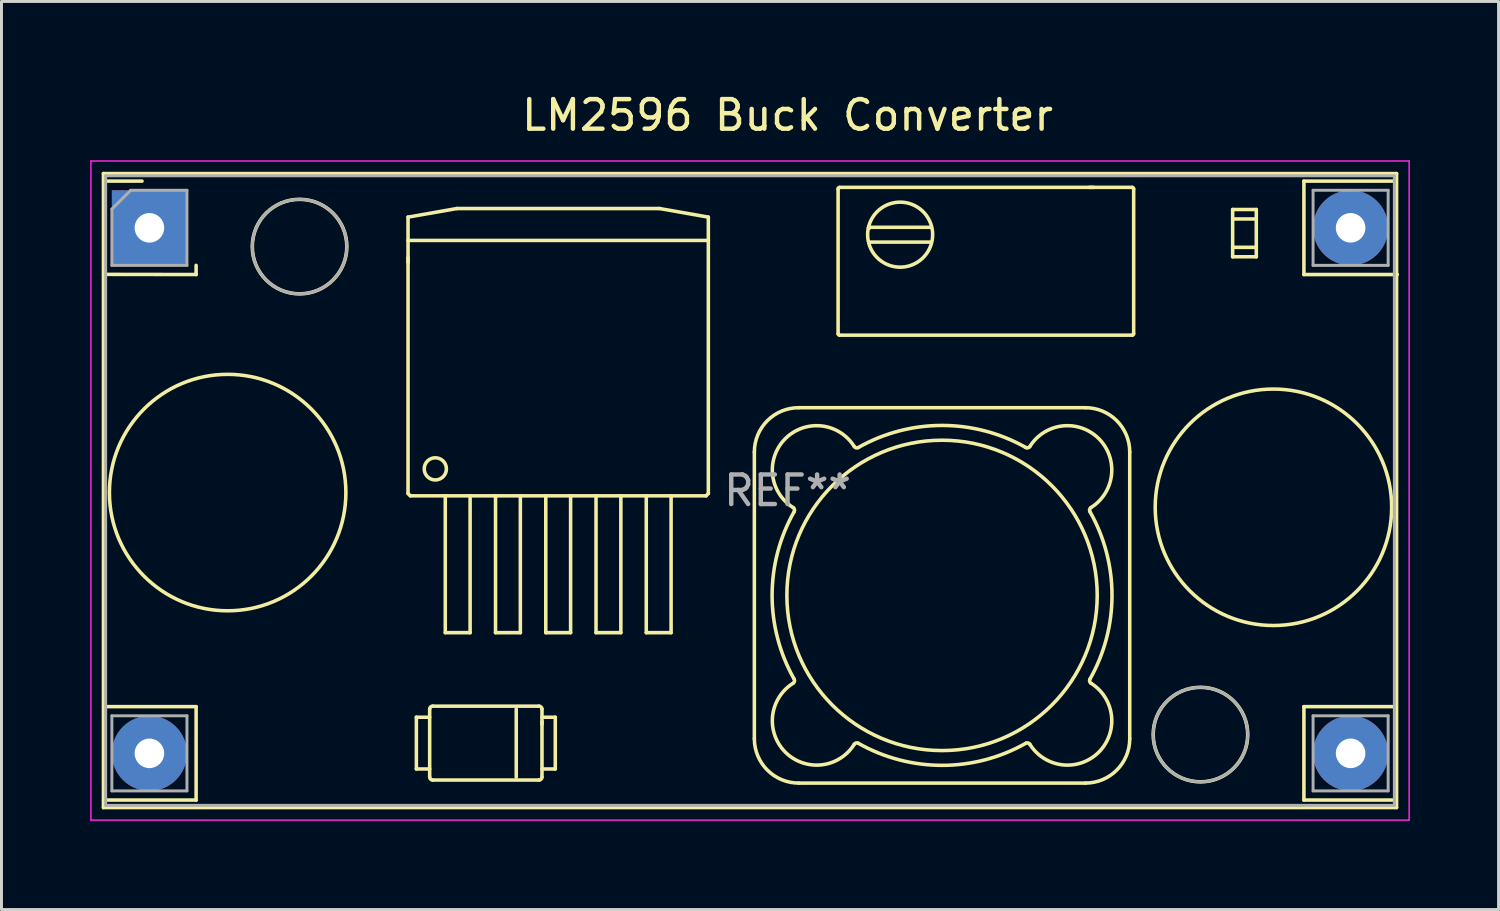
<source format=kicad_pcb>
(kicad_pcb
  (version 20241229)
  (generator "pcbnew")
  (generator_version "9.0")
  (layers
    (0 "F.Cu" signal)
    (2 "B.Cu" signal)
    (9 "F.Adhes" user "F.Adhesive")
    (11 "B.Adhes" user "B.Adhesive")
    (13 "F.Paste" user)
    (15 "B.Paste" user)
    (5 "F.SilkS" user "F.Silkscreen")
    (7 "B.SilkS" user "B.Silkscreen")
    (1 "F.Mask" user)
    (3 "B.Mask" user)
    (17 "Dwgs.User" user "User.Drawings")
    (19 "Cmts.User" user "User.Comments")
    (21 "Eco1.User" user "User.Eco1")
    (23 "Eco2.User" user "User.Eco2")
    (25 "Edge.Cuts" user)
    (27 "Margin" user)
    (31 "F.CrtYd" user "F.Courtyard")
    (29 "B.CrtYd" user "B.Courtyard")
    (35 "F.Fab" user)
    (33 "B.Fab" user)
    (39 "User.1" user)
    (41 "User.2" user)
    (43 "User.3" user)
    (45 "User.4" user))
  (footprint "LM2596 Buck Converter"
    (layer "F.Cu")
    (at 2.005 4.658)
    (property "Reference" "LM2596 Buck Converter" (at 21.59 -3.81 0) (layer "F.SilkS") (effects (font (size 1 1) (thickness 0.15))))
    (attr through_hole)
    (fp_line (start -1.555 -1.835) (end -1.555 19.615) (stroke (width 0.12) (type solid)) (layer "F.SilkS"))
    (fp_line (start -1.555 19.615) (end 42.195 19.615) (stroke (width 0.12) (type solid)) (layer "F.SilkS"))
    (fp_line (start -1.55 -1.58) (end -0.25 -1.58) (stroke (width 0.12) (type solid)) (layer "F.SilkS"))
    (fp_line (start -1.55 1.575) (end 1.58 1.58) (stroke (width 0.12) (type solid)) (layer "F.SilkS"))
    (fp_line (start -1.55 16.2) (end 1.58 16.2) (stroke (width 0.12) (type solid)) (layer "F.SilkS"))
    (fp_line (start -1.55 19.36) (end 1.58 19.36) (stroke (width 0.12) (type solid)) (layer "F.SilkS"))
    (fp_line (start 1.58 1.27) (end 1.58 1.58) (stroke (width 0.12) (type solid)) (layer "F.SilkS"))
    (fp_line (start 1.58 16.2) (end 1.58 19.36) (stroke (width 0.12) (type solid)) (layer "F.SilkS"))
    (fp_line (start 8.749 1.004) (end 8.749 1.166) (stroke (width 0.12) (type solid)) (layer "F.SilkS"))
    (fp_line (start 8.75 -0.362) (end 10.4 -0.653) (stroke (width 0.12) (type solid)) (layer "F.SilkS"))
    (fp_line (start 8.75 8.989) (end 8.75 -0.362) (stroke (width 0.12) (type solid)) (layer "F.SilkS"))
    (fp_line (start 8.75 8.989) (end 8.828 9.067) (stroke (width 0.12) (type solid)) (layer "F.SilkS"))
    (fp_line (start 8.828 9.067) (end 18.833 9.067) (stroke (width 0.12) (type solid)) (layer "F.SilkS"))
    (fp_line (start 9.032 16.558) (end 9.482 16.558) (stroke (width 0.12) (type solid)) (layer "F.SilkS"))
    (fp_line (start 9.032 18.308) (end 9.032 16.558) (stroke (width 0.12) (type solid)) (layer "F.SilkS"))
    (fp_line (start 9.482 18.308) (end 9.032 18.308) (stroke (width 0.12) (type solid)) (layer "F.SilkS"))
    (fp_line (start 9.482 18.583) (end 9.482 16.283) (stroke (width 0.12) (type solid)) (layer "F.SilkS"))
    (fp_line (start 9.582 16.183) (end 13.182 16.183) (stroke (width 0.12) (type solid)) (layer "F.SilkS"))
    (fp_line (start 10.01 13.697) (end 10.01 9.067) (stroke (width 0.12) (type solid)) (layer "F.SilkS"))
    (fp_line (start 10.01 13.697) (end 10.85 13.697) (stroke (width 0.12) (type solid)) (layer "F.SilkS"))
    (fp_line (start 10.4 -0.653) (end 17.26 -0.653) (stroke (width 0.12) (type solid)) (layer "F.SilkS"))
    (fp_line (start 10.85 13.697) (end 10.85 9.067) (stroke (width 0.12) (type solid)) (layer "F.SilkS"))
    (fp_line (start 11.71 13.697) (end 11.71 9.067) (stroke (width 0.12) (type solid)) (layer "F.SilkS"))
    (fp_line (start 11.71 13.697) (end 12.55 13.697) (stroke (width 0.12) (type solid)) (layer "F.SilkS"))
    (fp_line (start 12.411 16.283) (end 12.411 18.583) (stroke (width 0.12) (type solid)) (layer "F.SilkS"))
    (fp_line (start 12.55 13.697) (end 12.55 9.067) (stroke (width 0.12) (type solid)) (layer "F.SilkS"))
    (fp_line (start 13.182 18.683) (end 9.582 18.683) (stroke (width 0.12) (type solid)) (layer "F.SilkS"))
    (fp_line (start 13.282 16.283) (end 13.282 18.583) (stroke (width 0.12) (type solid)) (layer "F.SilkS"))
    (fp_line (start 13.282 16.558) (end 13.732 16.558) (stroke (width 0.12) (type solid)) (layer "F.SilkS"))
    (fp_line (start 13.283 16.795) (end 13.283 16.7) (stroke (width 0.12) (type solid)) (layer "F.SilkS"))
    (fp_line (start 13.41 13.697) (end 13.41 9.067) (stroke (width 0.12) (type solid)) (layer "F.SilkS"))
    (fp_line (start 13.41 13.697) (end 14.25 13.697) (stroke (width 0.12) (type solid)) (layer "F.SilkS"))
    (fp_line (start 13.732 16.558) (end 13.732 18.308) (stroke (width 0.12) (type solid)) (layer "F.SilkS"))
    (fp_line (start 13.732 18.308) (end 13.282 18.308) (stroke (width 0.12) (type solid)) (layer "F.SilkS"))
    (fp_line (start 14.25 13.697) (end 14.25 9.067) (stroke (width 0.12) (type solid)) (layer "F.SilkS"))
    (fp_line (start 15.11 13.697) (end 15.11 9.067) (stroke (width 0.12) (type solid)) (layer "F.SilkS"))
    (fp_line (start 15.11 13.697) (end 15.95 13.697) (stroke (width 0.12) (type solid)) (layer "F.SilkS"))
    (fp_line (start 15.95 13.697) (end 15.95 9.067) (stroke (width 0.12) (type solid)) (layer "F.SilkS"))
    (fp_line (start 16.81 13.697) (end 16.81 9.067) (stroke (width 0.12) (type solid)) (layer "F.SilkS"))
    (fp_line (start 16.81 13.697) (end 17.65 13.697) (stroke (width 0.12) (type solid)) (layer "F.SilkS"))
    (fp_line (start 17.26 -0.653) (end 18.91 -0.362) (stroke (width 0.12) (type solid)) (layer "F.SilkS"))
    (fp_line (start 17.65 13.697) (end 17.65 9.067) (stroke (width 0.12) (type solid)) (layer "F.SilkS"))
    (fp_line (start 18.833 9.067) (end 18.91 8.989) (stroke (width 0.12) (type solid)) (layer "F.SilkS"))
    (fp_line (start 18.91 0.427) (end 8.75 0.427) (stroke (width 0.12) (type solid)) (layer "F.SilkS"))
    (fp_line (start 18.91 8.989) (end 18.91 -0.362) (stroke (width 0.12) (type solid)) (layer "F.SilkS"))
    (fp_line (start 20.467 7.586) (end 20.467 17.286) (stroke (width 0.12) (type solid)) (layer "F.SilkS"))
    (fp_line (start 21.967 18.786) (end 31.667 18.786) (stroke (width 0.12) (type solid)) (layer "F.SilkS"))
    (fp_line (start 23.3 3.582) (end 23.3 -1.318) (stroke (width 0.12) (type solid)) (layer "F.SilkS"))
    (fp_line (start 23.35 -1.368) (end 33.25 -1.368) (stroke (width 0.12) (type solid)) (layer "F.SilkS"))
    (fp_line (start 24.336 -0.049) (end 24.361 -0.018) (stroke (width 0.12) (type solid)) (layer "F.SilkS"))
    (fp_line (start 24.349 0.007) (end 24.324 0.002) (stroke (width 0.12) (type solid)) (layer "F.SilkS"))
    (fp_line (start 24.349 0.007) (end 24.356 -0.024) (stroke (width 0.12) (type solid)) (layer "F.SilkS"))
    (fp_line (start 24.349 0.007) (end 24.361 -0.018) (stroke (width 0.12) (type solid)) (layer "F.SilkS"))
    (fp_line (start 24.361 0.482) (end 26.439 0.482) (stroke (width 0.12) (type solid)) (layer "F.SilkS"))
    (fp_line (start 26.439 -0.018) (end 24.361 -0.018) (stroke (width 0.12) (type solid)) (layer "F.SilkS"))
    (fp_line (start 31.667 6.086) (end 21.967 6.086) (stroke (width 0.12) (type solid)) (layer "F.SilkS"))
    (fp_line (start 31.859 -1.369) (end 31.814 -1.369) (stroke (width 0.12) (type solid)) (layer "F.SilkS"))
    (fp_line (start 31.942 -1.369) (end 31.908 -1.369) (stroke (width 0.12) (type solid)) (layer "F.SilkS"))
    (fp_line (start 33.167 17.286) (end 33.167 7.586) (stroke (width 0.12) (type solid)) (layer "F.SilkS"))
    (fp_line (start 33.25 3.632) (end 23.35 3.632) (stroke (width 0.12) (type solid)) (layer "F.SilkS"))
    (fp_line (start 33.3 -1.318) (end 33.3 3.582) (stroke (width 0.12) (type solid)) (layer "F.SilkS"))
    (fp_line (start 36.649 -0.3) (end 37.449 -0.3) (stroke (width 0.12) (type solid)) (layer "F.SilkS"))
    (fp_line (start 36.649 0.98) (end 36.649 -0.62) (stroke (width 0.12) (type solid)) (layer "F.SilkS"))
    (fp_line (start 37.449 -0.62) (end 36.649 -0.62) (stroke (width 0.12) (type solid)) (layer "F.SilkS"))
    (fp_line (start 37.449 -0.62) (end 37.449 0.98) (stroke (width 0.12) (type solid)) (layer "F.SilkS"))
    (fp_line (start 37.449 0.66) (end 36.649 0.66) (stroke (width 0.12) (type solid)) (layer "F.SilkS"))
    (fp_line (start 37.449 0.98) (end 36.649 0.98) (stroke (width 0.12) (type solid)) (layer "F.SilkS"))
    (fp_line (start 39.06 -1.58) (end 42.175 -1.58) (stroke (width 0.12) (type solid)) (layer "F.SilkS"))
    (fp_line (start 39.06 1.58) (end 39.06 -1.58) (stroke (width 0.12) (type solid)) (layer "F.SilkS"))
    (fp_line (start 39.06 1.58) (end 42.22 1.58) (stroke (width 0.12) (type solid)) (layer "F.SilkS"))
    (fp_line (start 39.06 16.2) (end 42.175 16.2) (stroke (width 0.12) (type solid)) (layer "F.SilkS"))
    (fp_line (start 39.06 19.36) (end 39.06 16.2) (stroke (width 0.12) (type solid)) (layer "F.SilkS"))
    (fp_line (start 39.06 19.36) (end 42.175 19.36) (stroke (width 0.12) (type solid)) (layer "F.SilkS"))
    (fp_line (start 42.195 -1.835) (end -1.555 -1.835) (stroke (width 0.12) (type solid)) (layer "F.SilkS"))
    (fp_line (start 42.195 19.615) (end 42.195 -1.835) (stroke (width 0.12) (type solid)) (layer "F.SilkS"))
    (fp_arc (start 9.481636 16.283217) (mid 9.510925 16.212506) (end 9.581636 16.183217) (stroke (width 0.12) (type solid)) (layer "F.SilkS"))
    (fp_arc (start 9.581636 18.683217) (mid 9.510925 18.653928) (end 9.481636 18.583217) (stroke (width 0.12) (type solid)) (layer "F.SilkS"))
    (fp_arc (start 13.181636 16.183217) (mid 13.252347 16.212506) (end 13.281636 16.283217) (stroke (width 0.12) (type solid)) (layer "F.SilkS"))
    (fp_arc (start 13.281636 18.583217) (mid 13.252347 18.653928) (end 13.181636 18.683217) (stroke (width 0.12) (type solid)) (layer "F.SilkS"))
    (fp_arc (start 20.467397 7.585796) (mid 20.906737 6.525136) (end 21.967397 6.085796) (stroke (width 0.12) (type solid)) (layer "F.SilkS"))
    (fp_arc (start 21.781131 9.46601) (mid 21.825145 9.526245) (end 21.815218 9.600183) (stroke (width 0.12) (type solid)) (layer "F.SilkS"))
    (fp_arc (start 21.781132 9.466011) (mid 21.514096 7.132496) (end 23.847611 7.399531) (stroke (width 0.12) (type solid)) (layer "F.SilkS"))
    (fp_arc (start 21.815217 15.271409) (mid 21.825145 15.345347) (end 21.781132 15.405582) (stroke (width 0.12) (type solid)) (layer "F.SilkS"))
    (fp_arc (start 21.815218 15.27141) (mid 21.067397 12.435796) (end 21.815218 9.600183) (stroke (width 0.12) (type solid)) (layer "F.SilkS"))
    (fp_arc (start 21.967397 18.785796) (mid 20.906737 18.346456) (end 20.467397 17.285796) (stroke (width 0.12) (type solid)) (layer "F.SilkS"))
    (fp_arc (start 23.299783 -1.317705) (mid 23.314428 -1.35306) (end 23.349783 -1.367705) (stroke (width 0.12) (type solid)) (layer "F.SilkS"))
    (fp_arc (start 23.349783 3.632294) (mid 23.314428 3.617649) (end 23.299783 3.582294) (stroke (width 0.12) (type solid)) (layer "F.SilkS"))
    (fp_arc (start 23.847611 17.472062) (mid 21.514095 17.739097) (end 21.781132 15.405582) (stroke (width 0.12) (type solid)) (layer "F.SilkS"))
    (fp_arc (start 23.847611 17.472062) (mid 23.907845 17.428049) (end 23.981783 17.437976) (stroke (width 0.12) (type solid)) (layer "F.SilkS"))
    (fp_arc (start 23.981783 7.433617) (mid 23.907845 7.443544) (end 23.847611 7.399531) (stroke (width 0.12) (type solid)) (layer "F.SilkS"))
    (fp_arc (start 23.981784 7.433617) (mid 26.817397 6.685796) (end 29.653011 7.433617) (stroke (width 0.12) (type solid)) (layer "F.SilkS"))
    (fp_arc (start 24.324148 0.462527) (mid 26.469605 -0.023594) (end 24.336385 0.51369) (stroke (width 0.12) (type solid)) (layer "F.SilkS"))
    (fp_arc (start 29.653011 17.437976) (mid 26.817397 18.185797) (end 23.981783 17.437976) (stroke (width 0.12) (type solid)) (layer "F.SilkS"))
    (fp_arc (start 29.653011 17.437976) (mid 29.726949 17.428049) (end 29.787183 17.472062) (stroke (width 0.12) (type solid)) (layer "F.SilkS"))
    (fp_arc (start 29.787183 7.399531) (mid 29.726949 7.443544) (end 29.653011 7.433617) (stroke (width 0.12) (type solid)) (layer "F.SilkS"))
    (fp_arc (start 29.787183 7.399531) (mid 32.120699 7.132496) (end 31.853662 9.466011) (stroke (width 0.12) (type solid)) (layer "F.SilkS"))
    (fp_arc (start 31.667397 6.085796) (mid 32.728057 6.525136) (end 33.167397 7.585796) (stroke (width 0.12) (type solid)) (layer "F.SilkS"))
    (fp_arc (start 31.819576 9.600183) (mid 32.567397 12.435796) (end 31.819576 15.27141) (stroke (width 0.12) (type solid)) (layer "F.SilkS"))
    (fp_arc (start 31.819577 9.600184) (mid 31.809649 9.526246) (end 31.853662 9.466011) (stroke (width 0.12) (type solid)) (layer "F.SilkS"))
    (fp_arc (start 31.853662 15.405582) (mid 32.120698 17.739097) (end 29.787183 17.472062) (stroke (width 0.12) (type solid)) (layer "F.SilkS"))
    (fp_arc (start 31.853663 15.405583) (mid 31.809649 15.345348) (end 31.819576 15.27141) (stroke (width 0.12) (type solid)) (layer "F.SilkS"))
    (fp_arc (start 33.167397 17.285796) (mid 32.728057 18.346456) (end 31.667397 18.785796) (stroke (width 0.12) (type solid)) (layer "F.SilkS"))
    (fp_arc (start 33.249783 -1.367705) (mid 33.285138 -1.35306) (end 33.299783 -1.317705) (stroke (width 0.12) (type solid)) (layer "F.SilkS"))
    (fp_arc (start 33.299783 3.582294) (mid 33.285138 3.617649) (end 33.249783 3.632294) (stroke (width 0.12) (type solid)) (layer "F.SilkS"))
    (fp_circle (center 2.647 8.957) (end 6.647 8.957) (stroke (width 0.12) (type solid)) (fill no) (layer "F.SilkS"))
    (fp_circle (center 5.08 0.635) (end 6.679 0.635) (stroke (width 0.12) (type solid)) (fill no) (layer "F.SilkS"))
    (fp_circle (center 9.673 8.155) (end 10.048 8.155) (stroke (width 0.12) (type solid)) (fill no) (layer "F.SilkS"))
    (fp_circle (center 26.817 12.436) (end 32.067 12.436) (stroke (width 0.12) (type solid)) (fill no) (layer "F.SilkS"))
    (fp_circle (center 35.56 17.145) (end 37.159 17.145) (stroke (width 0.12) (type solid)) (fill no) (layer "F.SilkS"))
    (fp_circle (center 38.029 9.455) (end 42.029 9.455) (stroke (width 0.12) (type solid)) (fill no) (layer "F.SilkS"))
    (fp_line (start -1.98 -2.26) (end 42.62 -2.26) (stroke (width 0.05) (type solid)) (layer "F.CrtYd"))
    (fp_line (start -1.98 20.04) (end -1.98 -2.26) (stroke (width 0.05) (type solid)) (layer "F.CrtYd"))
    (fp_line (start 42.62 -2.26) (end 42.62 20.04) (stroke (width 0.05) (type solid)) (layer "F.CrtYd"))
    (fp_line (start 42.62 20.04) (end -1.98 20.04) (stroke (width 0.05) (type solid)) (layer "F.CrtYd"))
    (fp_line (start -1.48 -1.76) (end -1.48 19.54) (stroke (width 0.1) (type solid)) (layer "F.Fab"))
    (fp_line (start -1.48 19.54) (end 42.12 19.54) (stroke (width 0.1) (type solid)) (layer "F.Fab"))
    (fp_line (start -1.27 -0.635) (end -0.635 -1.27) (stroke (width 0.1) (type solid)) (layer "F.Fab"))
    (fp_line (start -1.27 1.27) (end -1.27 -0.635) (stroke (width 0.1) (type solid)) (layer "F.Fab"))
    (fp_line (start -1.27 16.51) (end 1.27 16.51) (stroke (width 0.1) (type solid)) (layer "F.Fab"))
    (fp_line (start -1.27 19.05) (end -1.27 16.51) (stroke (width 0.1) (type solid)) (layer "F.Fab"))
    (fp_line (start -0.635 -1.27) (end 1.27 -1.27) (stroke (width 0.1) (type solid)) (layer "F.Fab"))
    (fp_line (start 1.27 -1.27) (end 1.27 1.27) (stroke (width 0.1) (type solid)) (layer "F.Fab"))
    (fp_line (start 1.27 1.27) (end -1.27 1.27) (stroke (width 0.1) (type solid)) (layer "F.Fab"))
    (fp_line (start 1.27 16.51) (end 1.27 19.05) (stroke (width 0.1) (type solid)) (layer "F.Fab"))
    (fp_line (start 1.27 19.05) (end -1.27 19.05) (stroke (width 0.1) (type solid)) (layer "F.Fab"))
    (fp_line (start 39.37 -1.27) (end 41.91 -1.27) (stroke (width 0.1) (type solid)) (layer "F.Fab"))
    (fp_line (start 39.37 1.27) (end 39.37 -1.27) (stroke (width 0.1) (type solid)) (layer "F.Fab"))
    (fp_line (start 39.37 16.51) (end 41.91 16.51) (stroke (width 0.1) (type solid)) (layer "F.Fab"))
    (fp_line (start 39.37 19.05) (end 39.37 16.51) (stroke (width 0.1) (type solid)) (layer "F.Fab"))
    (fp_line (start 41.91 -1.27) (end 41.91 1.27) (stroke (width 0.1) (type solid)) (layer "F.Fab"))
    (fp_line (start 41.91 1.27) (end 39.37 1.27) (stroke (width 0.1) (type solid)) (layer "F.Fab"))
    (fp_line (start 41.91 16.51) (end 41.91 19.05) (stroke (width 0.1) (type solid)) (layer "F.Fab"))
    (fp_line (start 41.91 19.05) (end 39.37 19.05) (stroke (width 0.1) (type solid)) (layer "F.Fab"))
    (fp_line (start 42.12 -1.76) (end -1.48 -1.76) (stroke (width 0.1) (type solid)) (layer "F.Fab"))
    (fp_line (start 42.12 19.54) (end 42.12 -1.76) (stroke (width 0.1) (type solid)) (layer "F.Fab"))
    (fp_circle (center 5.08 0.635) (end 6.679 0.635) (stroke (width 0.1) (type solid)) (fill no) (layer "F.Fab"))
    (fp_circle (center 35.56 17.145) (end 37.159 17.145) (stroke (width 0.1) (type solid)) (fill no) (layer "F.Fab"))
    (fp_text user "REF**" (at 21.59 8.89 0) (layer "F.Fab") (effects (font (size 1 1) (thickness 0.15))))
    (pad "1" thru_hole rect (at 0 0) (size 2.54 2.54) (drill 1) (layers "*.Cu" "*.Mask"))
    (pad "2" thru_hole circle (at 0 17.78) (size 2.54 2.54) (drill 1) (layers "*.Cu" "*.Mask"))
    (pad "3" thru_hole circle (at 40.64 17.78) (size 2.54 2.54) (drill 1) (layers "*.Cu" "*.Mask"))
    (pad "4" thru_hole circle (at 40.64 0) (size 2.54 2.54) (drill 1) (layers "*.Cu" "*.Mask")))
  (gr_rect
    (start -3 -3)
    (end 47.65 27.723)
    (stroke (width 0.1) (type default))
    (fill no)
    (layer "Edge.Cuts")))
</source>
